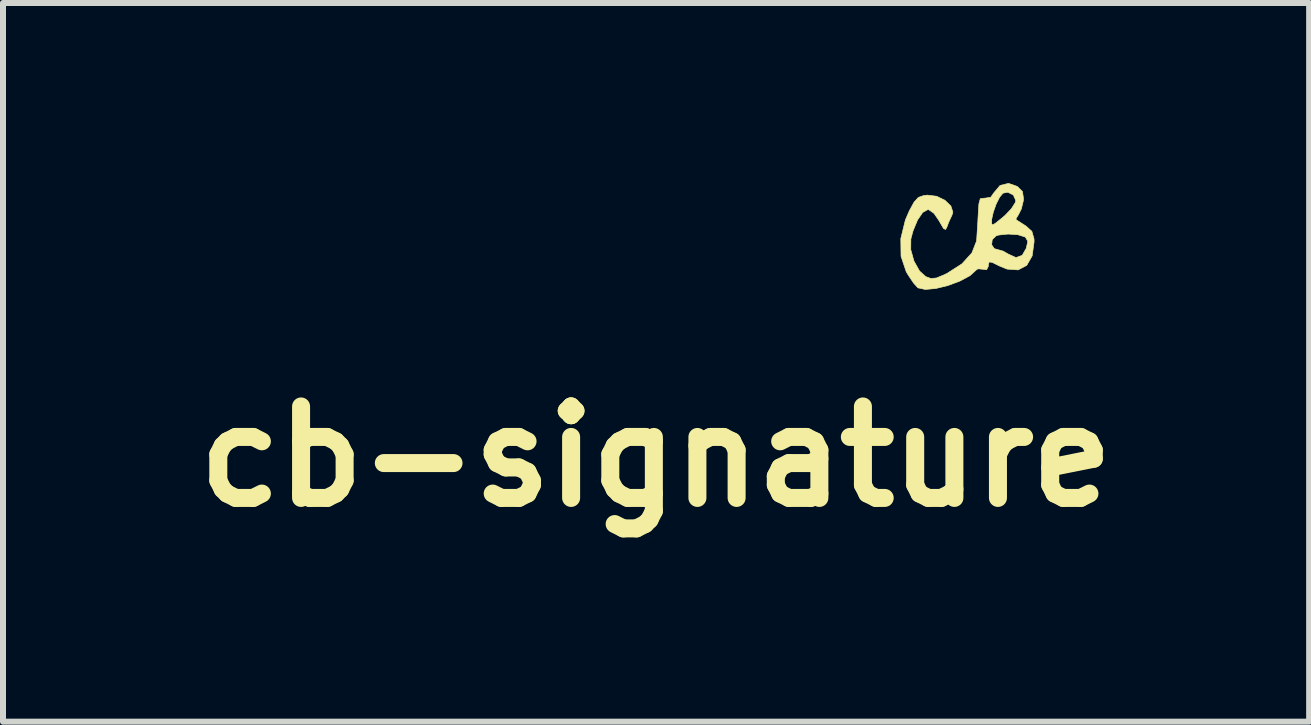
<source format=kicad_pcb>
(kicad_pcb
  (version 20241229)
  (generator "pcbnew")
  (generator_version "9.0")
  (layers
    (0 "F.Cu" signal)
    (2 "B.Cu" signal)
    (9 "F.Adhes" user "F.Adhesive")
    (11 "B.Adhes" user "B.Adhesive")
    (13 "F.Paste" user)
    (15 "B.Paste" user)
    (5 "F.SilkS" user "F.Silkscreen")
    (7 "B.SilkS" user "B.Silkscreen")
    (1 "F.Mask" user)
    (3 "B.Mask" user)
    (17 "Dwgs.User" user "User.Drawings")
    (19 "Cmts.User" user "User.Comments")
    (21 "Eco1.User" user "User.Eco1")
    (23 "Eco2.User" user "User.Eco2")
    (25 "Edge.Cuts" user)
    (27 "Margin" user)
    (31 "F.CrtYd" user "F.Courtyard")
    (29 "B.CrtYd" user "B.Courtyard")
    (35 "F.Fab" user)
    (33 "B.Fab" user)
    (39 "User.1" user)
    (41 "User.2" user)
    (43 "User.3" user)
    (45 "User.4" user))
  (footprint "cb-signature"
    (layer "F.Cu")
    (at 7.881 4.557)
    (property "Reference" "cb-signature" (at 0 0 0) (layer "F.SilkS") (effects (font (size 1.524 1.524) (thickness 0.3))))
    (attr through_hole)
    (fp_poly (pts (xy 6.019 -4.501) (xy 6.106 -4.415) (xy 6.123 -4.294) (xy 6.12 -4.263) (xy 6.087 -4.126) (xy 6.04 -4.032) (xy 5.999 -3.965) (xy 6 -3.946) (xy 6.053 -3.912) (xy 6.153 -3.848) (xy 6.16 -3.844) (xy 6.262 -3.753) (xy 6.298 -3.627) (xy 6.299 -3.577) (xy 6.267 -3.343) (xy 6.176 -3.185) (xy 6.034 -3.11) (xy 5.849 -3.123) (xy 5.722 -3.175) (xy 5.605 -3.233) (xy 5.552 -3.243) (xy 5.538 -3.203) (xy 5.537 -3.17) (xy 5.508 -3.113) (xy 5.452 -3.12) (xy 5.366 -3.128) (xy 5.338 -3.111) (xy 5.23 -3.013) (xy 5.062 -2.923) (xy 4.863 -2.849) (xy 4.662 -2.8) (xy 4.486 -2.784) (xy 4.367 -2.81) (xy 4.359 -2.815) (xy 4.291 -2.891) (xy 4.205 -3.019) (xy 4.168 -3.081) (xy 4.082 -3.337) (xy 4.078 -3.631) (xy 4.155 -3.944) (xy 4.22 -4.094) (xy 4.3 -4.241) (xy 4.371 -4.318) (xy 4.462 -4.35) (xy 4.521 -4.356) (xy 4.676 -4.337) (xy 4.814 -4.27) (xy 4.912 -4.176) (xy 4.946 -4.073) (xy 4.933 -4.027) (xy 4.874 -3.899) (xy 4.851 -3.835) (xy 4.825 -3.783) (xy 4.79 -3.8) (xy 4.733 -3.898) (xy 4.719 -3.924) (xy 4.631 -4.052) (xy 4.544 -4.113) (xy 4.529 -4.115) (xy 4.444 -4.068) (xy 4.358 -3.943) (xy 4.282 -3.76) (xy 4.246 -3.626) (xy 4.244 -3.448) (xy 4.298 -3.256) (xy 4.391 -3.091) (xy 4.494 -2.998) (xy 4.579 -2.967) (xy 4.671 -2.975) (xy 4.804 -3.03) (xy 4.852 -3.054) (xy 5.097 -3.211) (xy 5.263 -3.394) (xy 5.316 -3.529) (xy 5.592 -3.529) (xy 5.636 -3.464) (xy 5.677 -3.453) (xy 5.786 -3.422) (xy 5.866 -3.375) (xy 5.998 -3.315) (xy 6.101 -3.353) (xy 6.169 -3.471) (xy 6.194 -3.585) (xy 6.158 -3.651) (xy 6.145 -3.66) (xy 6.029 -3.696) (xy 5.867 -3.707) (xy 5.713 -3.691) (xy 5.668 -3.678) (xy 5.602 -3.615) (xy 5.592 -3.529) (xy 5.316 -3.529) (xy 5.34 -3.59) (xy 5.343 -3.623) (xy 5.354 -3.797) (xy 5.363 -3.937) (xy 5.363 -3.95) (xy 5.592 -3.95) (xy 5.594 -3.873) (xy 5.612 -3.861) (xy 5.66 -3.891) (xy 5.757 -3.969) (xy 5.815 -4.018) (xy 5.922 -4.131) (xy 5.987 -4.234) (xy 5.994 -4.267) (xy 5.953 -4.358) (xy 5.861 -4.404) (xy 5.781 -4.388) (xy 5.724 -4.32) (xy 5.666 -4.204) (xy 5.619 -4.07) (xy 5.592 -3.95) (xy 5.363 -3.95) (xy 5.372 -4.094) (xy 5.379 -4.21) (xy 5.403 -4.297) (xy 5.475 -4.306) (xy 5.481 -4.305) (xy 5.577 -4.321) (xy 5.63 -4.396) (xy 5.732 -4.517) (xy 5.873 -4.552) (xy 6.019 -4.501)) (stroke (width 0.01) (type solid)) (fill yes) (layer "F.SilkS")))
  (gr_rect
    (start -3 -3)
    (end 18.763 8.975)
    (stroke (width 0.1) (type default))
    (fill no)
    (layer "Edge.Cuts")))
</source>
